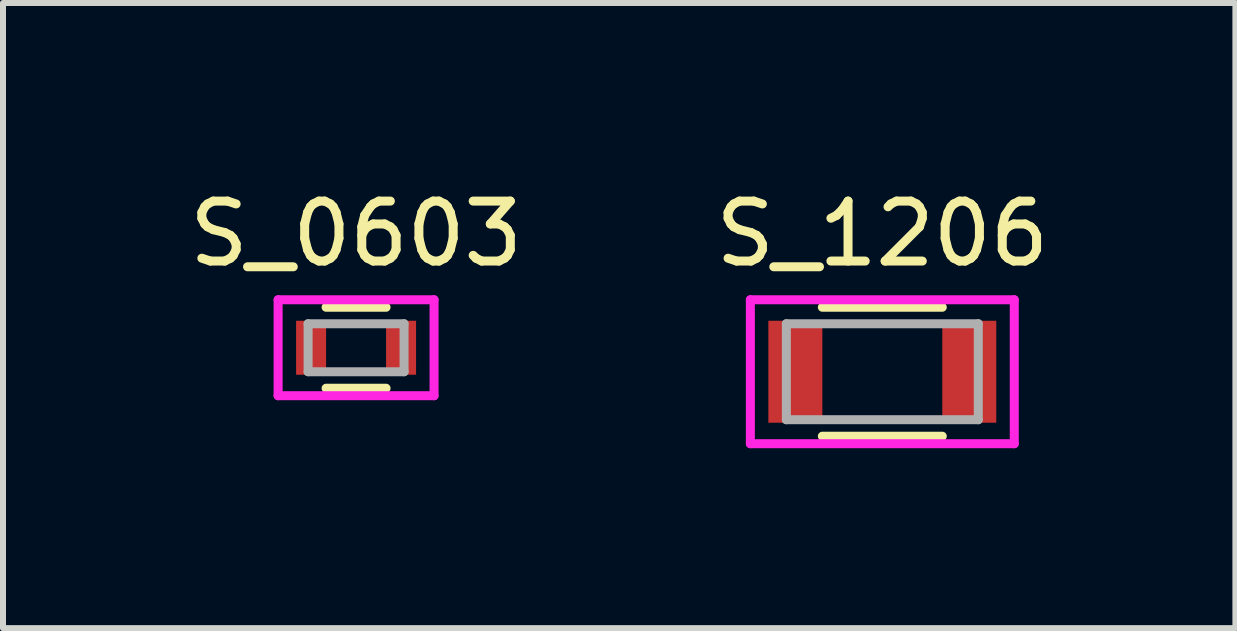
<source format=kicad_pcb>
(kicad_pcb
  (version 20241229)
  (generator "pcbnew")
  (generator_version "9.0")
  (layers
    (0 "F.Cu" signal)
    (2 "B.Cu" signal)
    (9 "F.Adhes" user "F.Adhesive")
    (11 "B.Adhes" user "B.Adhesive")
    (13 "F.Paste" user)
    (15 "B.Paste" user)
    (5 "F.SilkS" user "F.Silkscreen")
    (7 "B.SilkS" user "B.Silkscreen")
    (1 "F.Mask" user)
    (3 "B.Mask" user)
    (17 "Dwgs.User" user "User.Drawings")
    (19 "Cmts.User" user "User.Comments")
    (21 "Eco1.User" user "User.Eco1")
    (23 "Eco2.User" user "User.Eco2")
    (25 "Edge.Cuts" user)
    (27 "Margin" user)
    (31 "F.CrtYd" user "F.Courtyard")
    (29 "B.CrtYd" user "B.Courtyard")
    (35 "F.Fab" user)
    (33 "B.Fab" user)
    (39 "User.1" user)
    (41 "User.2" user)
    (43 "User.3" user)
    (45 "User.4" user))
  (footprint "S_1206"
    (layer "F.Cu")
    (at 11.661 3.148)
    (property "Reference" "S_1206" (at 0 -2.3 0) (layer "F.SilkS") (effects (font (size 1 1) (thickness 0.15))))
    (attr smd)
    (fp_line (start -1 -1.075) (end 1 -1.075) (stroke (width 0.15) (type solid)) (layer "F.SilkS"))
    (fp_line (start 1 1.075) (end -1 1.075) (stroke (width 0.15) (type solid)) (layer "F.SilkS"))
    (fp_line (start -2.2 -1.2) (end -2.2 1.2) (stroke (width 0.15) (type solid)) (layer "F.CrtYd"))
    (fp_line (start -2.2 -1.2) (end 2.2 -1.2) (stroke (width 0.15) (type solid)) (layer "F.CrtYd"))
    (fp_line (start -2.2 1.2) (end 2.2 1.2) (stroke (width 0.15) (type solid)) (layer "F.CrtYd"))
    (fp_line (start 2.2 -1.2) (end 2.2 1.2) (stroke (width 0.15) (type solid)) (layer "F.CrtYd"))
    (fp_line (start -1.6 -0.8) (end 1.6 -0.8) (stroke (width 0.15) (type solid)) (layer "F.Fab"))
    (fp_line (start -1.6 0.8) (end -1.6 -0.8) (stroke (width 0.15) (type solid)) (layer "F.Fab"))
    (fp_line (start 1.6 -0.8) (end 1.6 0.8) (stroke (width 0.15) (type solid)) (layer "F.Fab"))
    (fp_line (start 1.6 0.8) (end -1.6 0.8) (stroke (width 0.15) (type solid)) (layer "F.Fab"))
    (pad "1" smd rect (at -1.45 0) (size 0.9 1.7) (layers "F.Cu" "F.Mask" "F.Paste"))
    (pad "2" smd rect (at 1.45 0) (size 0.9 1.7) (layers "F.Cu" "F.Mask" "F.Paste")))
  (footprint "S_0603"
    (layer "F.Cu")
    (at 2.887 2.748)
    (property "Reference" "S_0603" (at 0 -1.9 0) (layer "F.SilkS") (effects (font (size 1 1) (thickness 0.15))))
    (attr smd)
    (fp_line (start -0.5 -0.675) (end 0.5 -0.675) (stroke (width 0.15) (type solid)) (layer "F.SilkS"))
    (fp_line (start 0.5 0.675) (end -0.5 0.675) (stroke (width 0.15) (type solid)) (layer "F.SilkS"))
    (fp_line (start -1.3 -0.8) (end -1.3 0.8) (stroke (width 0.15) (type solid)) (layer "F.CrtYd"))
    (fp_line (start -1.3 -0.8) (end 1.3 -0.8) (stroke (width 0.15) (type solid)) (layer "F.CrtYd"))
    (fp_line (start -1.3 0.8) (end 1.3 0.8) (stroke (width 0.15) (type solid)) (layer "F.CrtYd"))
    (fp_line (start 1.3 -0.8) (end 1.3 0.8) (stroke (width 0.15) (type solid)) (layer "F.CrtYd"))
    (fp_line (start -0.8 -0.4) (end 0.8 -0.4) (stroke (width 0.15) (type solid)) (layer "F.Fab"))
    (fp_line (start -0.8 0.4) (end -0.8 -0.4) (stroke (width 0.15) (type solid)) (layer "F.Fab"))
    (fp_line (start 0.8 -0.4) (end 0.8 0.4) (stroke (width 0.15) (type solid)) (layer "F.Fab"))
    (fp_line (start 0.8 0.4) (end -0.8 0.4) (stroke (width 0.15) (type solid)) (layer "F.Fab"))
    (pad "1" smd rect (at -0.75 0) (size 0.5 0.9) (layers "F.Cu" "F.Mask" "F.Paste"))
    (pad "2" smd rect (at 0.75 0) (size 0.5 0.9) (layers "F.Cu" "F.Mask" "F.Paste")))
  (gr_rect
    (start -3 -3)
    (end 17.548 7.423)
    (stroke (width 0.1) (type default))
    (fill no)
    (layer "Edge.Cuts")))
</source>
